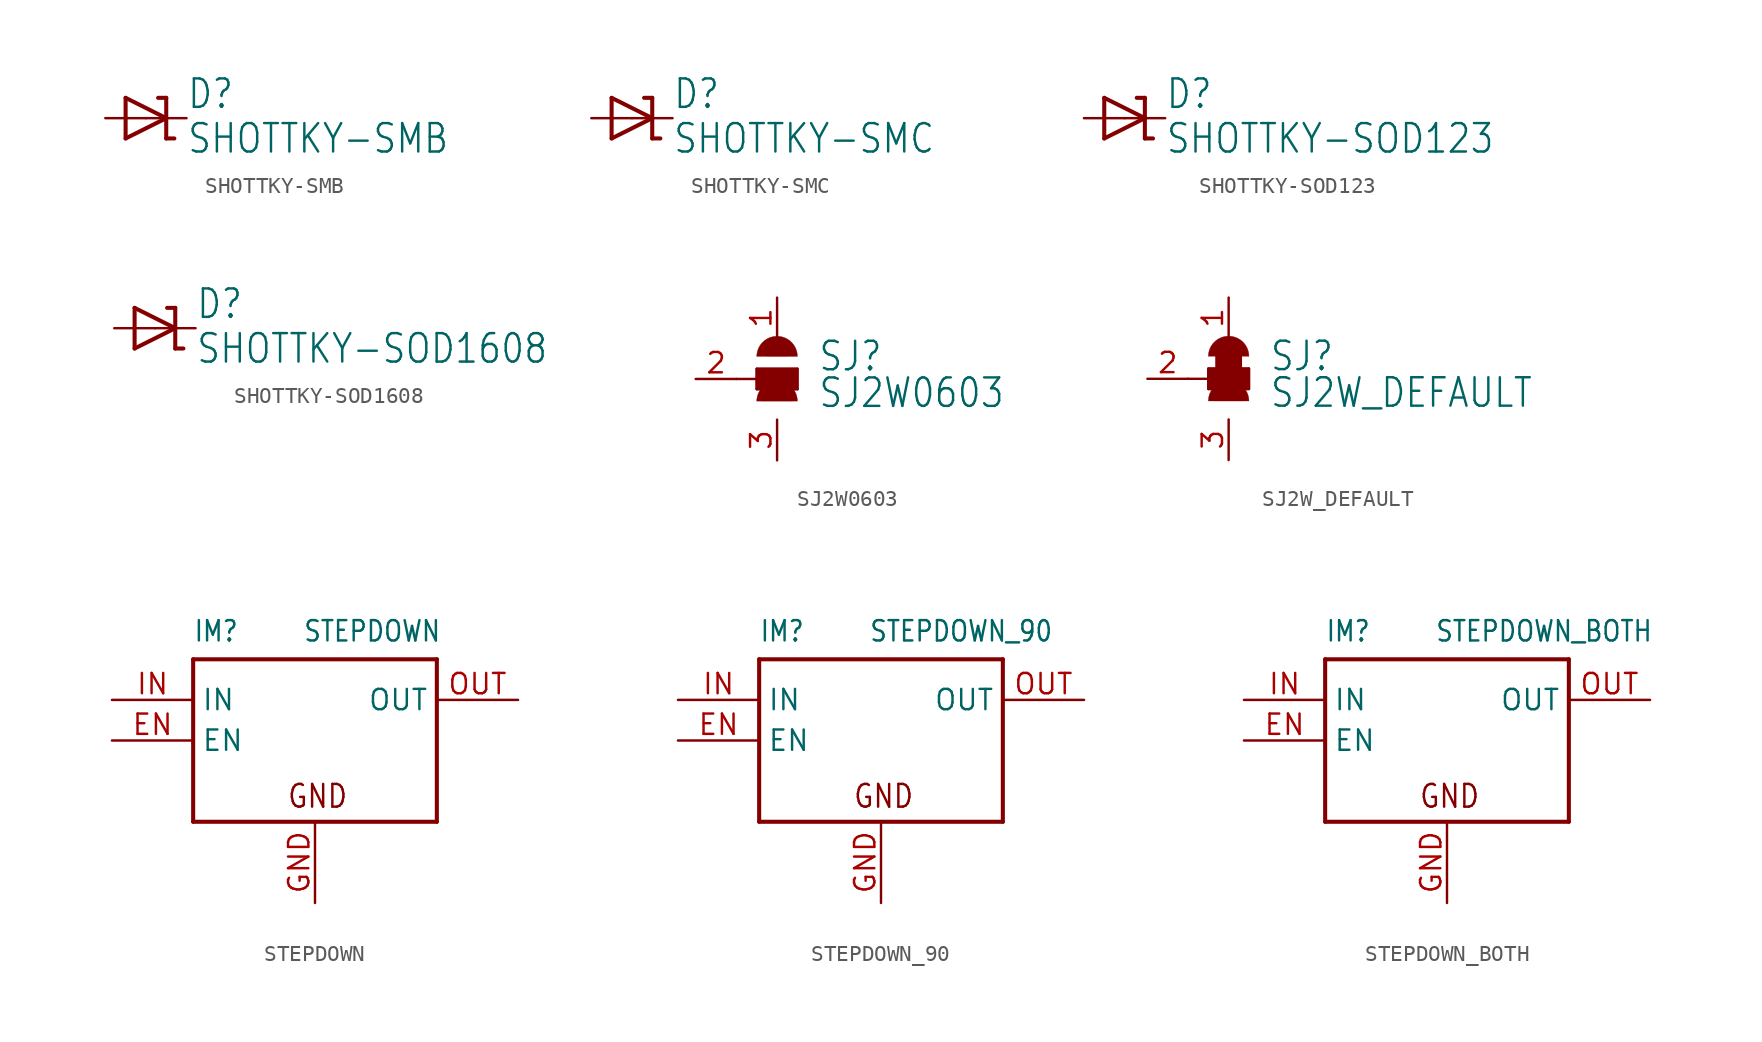
<source format=kicad_sym>
(kicad_symbol_lib
  (version 20211014)
  (generator kicad_symbol_editor)
  (symbol "SHOTTKY-SMB"
    (property "Reference" "D"
      (at 2.54 0.483 0)
      (effects (font (size 1.778 1.511)) (justify left bottom)))
    (property "Value" "SHOTTKY-SMB"
      (at 2.54 -2.311 0)
      (effects (font (size 1.778 1.511)) (justify left bottom)))
    (property "ki_locked" ""
      (at 0 0 0)
      (effects (font (size 1.27 1.27))))
    (symbol "SHOTTKY-SMB_1_0"
      (polyline (pts (xy -1.27 -1.27) (xy 1.27 0)) (stroke (width 0.254) (type default) (color 0 0 0 0)) (fill (type none)))
      (polyline (pts (xy -1.27 1.27) (xy -1.27 -1.27)) (stroke (width 0.254) (type default) (color 0 0 0 0)) (fill (type none)))
      (polyline (pts (xy 1.27 -1.27) (xy 1.778 -1.27)) (stroke (width 0.254) (type default) (color 0 0 0 0)) (fill (type none)))
      (polyline (pts (xy 1.27 0) (xy -1.27 1.27)) (stroke (width 0.254) (type default) (color 0 0 0 0)) (fill (type none)))
      (polyline (pts (xy 1.27 0) (xy 1.27 -1.27)) (stroke (width 0.254) (type default) (color 0 0 0 0)) (fill (type none)))
      (polyline (pts (xy 1.27 1.27) (xy 0.762 1.27)) (stroke (width 0.254) (type default) (color 0 0 0 0)) (fill (type none)))
      (polyline (pts (xy 1.27 1.27) (xy 1.27 0)) (stroke (width 0.254) (type default) (color 0 0 0 0)) (fill (type none)))
      (pin passive line (at -2.54 0 0) (length 2.54) (name "A" (effects (font (size 0 0)))) (number "A" (effects (font (size 0 0)))))
      (pin passive line (at 2.54 0 180) (length 2.54) (name "C" (effects (font (size 0 0)))) (number "C" (effects (font (size 0 0)))))))
  (symbol "SHOTTKY-SMC"
    (property "Reference" "D"
      (at 2.54 0.483 0)
      (effects (font (size 1.778 1.511)) (justify left bottom)))
    (property "Value" "SHOTTKY-SMC"
      (at 2.54 -2.311 0)
      (effects (font (size 1.778 1.511)) (justify left bottom)))
    (property "ki_locked" ""
      (at 0 0 0)
      (effects (font (size 1.27 1.27))))
    (symbol "SHOTTKY-SMC_1_0"
      (polyline (pts (xy -1.27 -1.27) (xy 1.27 0)) (stroke (width 0.254) (type default) (color 0 0 0 0)) (fill (type none)))
      (polyline (pts (xy -1.27 1.27) (xy -1.27 -1.27)) (stroke (width 0.254) (type default) (color 0 0 0 0)) (fill (type none)))
      (polyline (pts (xy 1.27 -1.27) (xy 1.778 -1.27)) (stroke (width 0.254) (type default) (color 0 0 0 0)) (fill (type none)))
      (polyline (pts (xy 1.27 0) (xy -1.27 1.27)) (stroke (width 0.254) (type default) (color 0 0 0 0)) (fill (type none)))
      (polyline (pts (xy 1.27 0) (xy 1.27 -1.27)) (stroke (width 0.254) (type default) (color 0 0 0 0)) (fill (type none)))
      (polyline (pts (xy 1.27 1.27) (xy 0.762 1.27)) (stroke (width 0.254) (type default) (color 0 0 0 0)) (fill (type none)))
      (polyline (pts (xy 1.27 1.27) (xy 1.27 0)) (stroke (width 0.254) (type default) (color 0 0 0 0)) (fill (type none)))
      (pin passive line (at -2.54 0 0) (length 2.54) (name "A" (effects (font (size 0 0)))) (number "A" (effects (font (size 0 0)))))
      (pin passive line (at 2.54 0 180) (length 2.54) (name "C" (effects (font (size 0 0)))) (number "C" (effects (font (size 0 0)))))))
  (symbol "SHOTTKY-SOD123"
    (property "Reference" "D"
      (at 2.54 0.483 0)
      (effects (font (size 1.778 1.511)) (justify left bottom)))
    (property "Value" "SHOTTKY-SOD123"
      (at 2.54 -2.311 0)
      (effects (font (size 1.778 1.511)) (justify left bottom)))
    (property "ki_locked" ""
      (at 0 0 0)
      (effects (font (size 1.27 1.27))))
    (symbol "SHOTTKY-SOD123_1_0"
      (polyline (pts (xy -1.27 -1.27) (xy 1.27 0)) (stroke (width 0.254) (type default) (color 0 0 0 0)) (fill (type none)))
      (polyline (pts (xy -1.27 1.27) (xy -1.27 -1.27)) (stroke (width 0.254) (type default) (color 0 0 0 0)) (fill (type none)))
      (polyline (pts (xy 1.27 -1.27) (xy 1.778 -1.27)) (stroke (width 0.254) (type default) (color 0 0 0 0)) (fill (type none)))
      (polyline (pts (xy 1.27 0) (xy -1.27 1.27)) (stroke (width 0.254) (type default) (color 0 0 0 0)) (fill (type none)))
      (polyline (pts (xy 1.27 0) (xy 1.27 -1.27)) (stroke (width 0.254) (type default) (color 0 0 0 0)) (fill (type none)))
      (polyline (pts (xy 1.27 1.27) (xy 0.762 1.27)) (stroke (width 0.254) (type default) (color 0 0 0 0)) (fill (type none)))
      (polyline (pts (xy 1.27 1.27) (xy 1.27 0)) (stroke (width 0.254) (type default) (color 0 0 0 0)) (fill (type none)))
      (pin passive line (at -2.54 0 0) (length 2.54) (name "A" (effects (font (size 0 0)))) (number "A" (effects (font (size 0 0)))))
      (pin passive line (at 2.54 0 180) (length 2.54) (name "C" (effects (font (size 0 0)))) (number "C" (effects (font (size 0 0)))))))
  (symbol "SHOTTKY-SOD1608"
    (property "Reference" "D"
      (at 2.54 0.483 0)
      (effects (font (size 1.778 1.511)) (justify left bottom)))
    (property "Value" "SHOTTKY-SOD1608"
      (at 2.54 -2.311 0)
      (effects (font (size 1.778 1.511)) (justify left bottom)))
    (property "ki_locked" ""
      (at 0 0 0)
      (effects (font (size 1.27 1.27))))
    (symbol "SHOTTKY-SOD1608_1_0"
      (polyline (pts (xy -1.27 -1.27) (xy 1.27 0)) (stroke (width 0.254) (type default) (color 0 0 0 0)) (fill (type none)))
      (polyline (pts (xy -1.27 1.27) (xy -1.27 -1.27)) (stroke (width 0.254) (type default) (color 0 0 0 0)) (fill (type none)))
      (polyline (pts (xy 1.27 -1.27) (xy 1.778 -1.27)) (stroke (width 0.254) (type default) (color 0 0 0 0)) (fill (type none)))
      (polyline (pts (xy 1.27 0) (xy -1.27 1.27)) (stroke (width 0.254) (type default) (color 0 0 0 0)) (fill (type none)))
      (polyline (pts (xy 1.27 0) (xy 1.27 -1.27)) (stroke (width 0.254) (type default) (color 0 0 0 0)) (fill (type none)))
      (polyline (pts (xy 1.27 1.27) (xy 0.762 1.27)) (stroke (width 0.254) (type default) (color 0 0 0 0)) (fill (type none)))
      (polyline (pts (xy 1.27 1.27) (xy 1.27 0)) (stroke (width 0.254) (type default) (color 0 0 0 0)) (fill (type none)))
      (pin passive line (at -2.54 0 0) (length 2.54) (name "A" (effects (font (size 0 0)))) (number "A" (effects (font (size 0 0)))))
      (pin passive line (at 2.54 0 180) (length 2.54) (name "C" (effects (font (size 0 0)))) (number "C" (effects (font (size 0 0)))))))
  (symbol "SJ2W0603"
    (property "Reference" "SJ"
      (at 2.54 0.381 0)
      (effects (font (size 1.778 1.511)) (justify left bottom)))
    (property "Value" "SJ2W0603"
      (at 2.54 -1.905 0)
      (effects (font (size 1.778 1.511)) (justify left bottom)))
    (property "ki_locked" ""
      (at 0 0 0)
      (effects (font (size 1.27 1.27))))
    (symbol "SJ2W0603_1_0"
      (rectangle (start -1.27 -0.635) (end 1.27 0.635) (stroke (width 0) (type default) (color 0 0 0 0)) (fill (type outline)))
      (polyline (pts (xy -2.54 0) (xy -1.27 0)) (stroke (width 0.152) (type default) (color 0 0 0 0)) (fill (type none)))
      (polyline (pts (xy -1.27 -0.635) (xy -1.27 0)) (stroke (width 0.152) (type default) (color 0 0 0 0)) (fill (type none)))
      (polyline (pts (xy -1.27 0) (xy -1.27 0.635)) (stroke (width 0.152) (type default) (color 0 0 0 0)) (fill (type none)))
      (polyline (pts (xy -1.27 0.635) (xy 1.27 0.635)) (stroke (width 0.152) (type default) (color 0 0 0 0)) (fill (type none)))
      (polyline (pts (xy 1.27 -0.635) (xy -1.27 -0.635)) (stroke (width 0.152) (type default) (color 0 0 0 0)) (fill (type none)))
      (polyline (pts (xy 1.27 0.635) (xy 1.27 -0.635)) (stroke (width 0.152) (type default) (color 0 0 0 0)) (fill (type none)))
      (arc (start 1.27 -1.397) (mid 0 -0.127) (end -1.27 -1.397) (stroke (width 0.0001) (type default) (color 0 0 0 0)) (fill (type outline)))
      (arc (start 1.27 1.397) (mid 0 2.667) (end -1.27 1.397) (stroke (width 0.0001) (type default) (color 0 0 0 0)) (fill (type outline)))
      (pin passive line (at 0 5.08 270) (length 2.54) (name "1" (effects (font (size 0 0)))) (number "1" (effects (font (size 1.27 1.27)))))
      (pin passive line (at -5.08 0 0) (length 2.54) (name "2" (effects (font (size 0 0)))) (number "2" (effects (font (size 1.27 1.27)))))
      (pin passive line (at 0 -5.08 90) (length 2.54) (name "3" (effects (font (size 0 0)))) (number "3" (effects (font (size 1.27 1.27)))))))
  (symbol "SJ2W_DEFAULT"
    (property "Reference" "SJ"
      (at 2.54 0.381 0)
      (effects (font (size 1.778 1.511)) (justify left bottom)))
    (property "Value" "SJ2W_DEFAULT"
      (at 2.54 -1.905 0)
      (effects (font (size 1.778 1.511)) (justify left bottom)))
    (property "ki_locked" ""
      (at 0 0 0)
      (effects (font (size 1.27 1.27))))
    (symbol "SJ2W_DEFAULT_1_0"
      (rectangle (start -1.27 -0.635) (end 1.27 0.635) (stroke (width 0) (type default) (color 0 0 0 0)) (fill (type outline)))
      (rectangle (start -0.762 0.254) (end 0.762 2.032) (stroke (width 0) (type default) (color 0 0 0 0)) (fill (type outline)))
      (polyline (pts (xy -2.54 0) (xy -1.27 0)) (stroke (width 0.152) (type default) (color 0 0 0 0)) (fill (type none)))
      (polyline (pts (xy -1.27 -0.635) (xy -1.27 0)) (stroke (width 0.152) (type default) (color 0 0 0 0)) (fill (type none)))
      (polyline (pts (xy -1.27 0) (xy -1.27 0.635)) (stroke (width 0.152) (type default) (color 0 0 0 0)) (fill (type none)))
      (polyline (pts (xy -1.27 0.635) (xy 1.27 0.635)) (stroke (width 0.152) (type default) (color 0 0 0 0)) (fill (type none)))
      (polyline (pts (xy 1.27 -0.635) (xy -1.27 -0.635)) (stroke (width 0.152) (type default) (color 0 0 0 0)) (fill (type none)))
      (polyline (pts (xy 1.27 0.635) (xy 1.27 -0.635)) (stroke (width 0.152) (type default) (color 0 0 0 0)) (fill (type none)))
      (arc (start 1.27 -1.397) (mid 0 -0.127) (end -1.27 -1.397) (stroke (width 0.0001) (type default) (color 0 0 0 0)) (fill (type outline)))
      (arc (start 1.27 1.397) (mid 0 2.667) (end -1.27 1.397) (stroke (width 0.0001) (type default) (color 0 0 0 0)) (fill (type outline)))
      (pin passive line (at 0 5.08 270) (length 2.54) (name "1" (effects (font (size 0 0)))) (number "1" (effects (font (size 1.27 1.27)))))
      (pin passive line (at -5.08 0 0) (length 2.54) (name "2" (effects (font (size 0 0)))) (number "2" (effects (font (size 1.27 1.27)))))
      (pin passive line (at 0 -5.08 90) (length 2.54) (name "3" (effects (font (size 0 0)))) (number "3" (effects (font (size 1.27 1.27)))))))
  (symbol "STEPDOWN"
    (property "Reference" "IM"
      (at 0 11.176 0)
      (effects (font (size 1.27 1.079)) (justify left bottom)))
    (property "Value" "STEPDOWN"
      (at 6.858 11.176 0)
      (effects (font (size 1.27 1.079)) (justify left bottom)))
    (property "ki_locked" ""
      (at 0 0 0)
      (effects (font (size 1.27 1.27))))
    (symbol "STEPDOWN_1_0"
      (polyline (pts (xy 0 0) (xy 15.24 0)) (stroke (width 0.254) (type default) (color 0 0 0 0)) (fill (type none)))
      (polyline (pts (xy 0 10.16) (xy 0 0)) (stroke (width 0.254) (type default) (color 0 0 0 0)) (fill (type none)))
      (polyline (pts (xy 15.24 0) (xy 15.24 10.16)) (stroke (width 0.254) (type default) (color 0 0 0 0)) (fill (type none)))
      (polyline (pts (xy 15.24 10.16) (xy 0 10.16)) (stroke (width 0.254) (type default) (color 0 0 0 0)) (fill (type none)))
      (text "GND" (at 5.842 0.762 0) (effects (font (size 1.422 1.209)) (justify left bottom)))
      (pin input line (at -5.08 5.08 0) (length 5.08) (name "EN" (effects (font (size 1.27 1.27)))) (number "EN" (effects (font (size 1.27 1.27)))))
      (pin power_in line (at 7.62 -5.08 90) (length 5.08) (name "GND" (effects (font (size 0 0)))) (number "GND" (effects (font (size 1.27 1.27)))))
      (pin power_in line (at -5.08 7.62 0) (length 5.08) (name "IN" (effects (font (size 1.27 1.27)))) (number "IN" (effects (font (size 1.27 1.27)))))
      (pin power_in line (at 20.32 7.62 180) (length 5.08) (name "OUT" (effects (font (size 1.27 1.27)))) (number "OUT" (effects (font (size 1.27 1.27)))))))
  (symbol "STEPDOWN_90"
    (property "Reference" "IM"
      (at 0 11.176 0)
      (effects (font (size 1.27 1.079)) (justify left bottom)))
    (property "Value" "STEPDOWN_90"
      (at 6.858 11.176 0)
      (effects (font (size 1.27 1.079)) (justify left bottom)))
    (property "ki_locked" ""
      (at 0 0 0)
      (effects (font (size 1.27 1.27))))
    (symbol "STEPDOWN_90_1_0"
      (polyline (pts (xy 0 0) (xy 15.24 0)) (stroke (width 0.254) (type default) (color 0 0 0 0)) (fill (type none)))
      (polyline (pts (xy 0 10.16) (xy 0 0)) (stroke (width 0.254) (type default) (color 0 0 0 0)) (fill (type none)))
      (polyline (pts (xy 15.24 0) (xy 15.24 10.16)) (stroke (width 0.254) (type default) (color 0 0 0 0)) (fill (type none)))
      (polyline (pts (xy 15.24 10.16) (xy 0 10.16)) (stroke (width 0.254) (type default) (color 0 0 0 0)) (fill (type none)))
      (text "GND" (at 5.842 0.762 0) (effects (font (size 1.422 1.209)) (justify left bottom)))
      (pin input line (at -5.08 5.08 0) (length 5.08) (name "EN" (effects (font (size 1.27 1.27)))) (number "EN" (effects (font (size 1.27 1.27)))))
      (pin power_in line (at 7.62 -5.08 90) (length 5.08) (name "GND" (effects (font (size 0 0)))) (number "GND" (effects (font (size 1.27 1.27)))))
      (pin power_in line (at -5.08 7.62 0) (length 5.08) (name "IN" (effects (font (size 1.27 1.27)))) (number "IN" (effects (font (size 1.27 1.27)))))
      (pin power_in line (at 20.32 7.62 180) (length 5.08) (name "OUT" (effects (font (size 1.27 1.27)))) (number "OUT" (effects (font (size 1.27 1.27)))))))
  (symbol "STEPDOWN_BOTH"
    (property "Reference" "IM"
      (at 0 11.176 0)
      (effects (font (size 1.27 1.079)) (justify left bottom)))
    (property "Value" "STEPDOWN_BOTH"
      (at 6.858 11.176 0)
      (effects (font (size 1.27 1.079)) (justify left bottom)))
    (property "ki_locked" ""
      (at 0 0 0)
      (effects (font (size 1.27 1.27))))
    (symbol "STEPDOWN_BOTH_1_0"
      (polyline (pts (xy 0 0) (xy 15.24 0)) (stroke (width 0.254) (type default) (color 0 0 0 0)) (fill (type none)))
      (polyline (pts (xy 0 10.16) (xy 0 0)) (stroke (width 0.254) (type default) (color 0 0 0 0)) (fill (type none)))
      (polyline (pts (xy 15.24 0) (xy 15.24 10.16)) (stroke (width 0.254) (type default) (color 0 0 0 0)) (fill (type none)))
      (polyline (pts (xy 15.24 10.16) (xy 0 10.16)) (stroke (width 0.254) (type default) (color 0 0 0 0)) (fill (type none)))
      (text "GND" (at 5.842 0.762 0) (effects (font (size 1.422 1.209)) (justify left bottom)))
      (pin input line (at -5.08 5.08 0) (length 5.08) (name "EN" (effects (font (size 1.27 1.27)))) (number "EN" (effects (font (size 1.27 1.27)))))
      (pin power_in line (at 7.62 -5.08 90) (length 5.08) (name "GND" (effects (font (size 0 0)))) (number "GND" (effects (font (size 1.27 1.27)))))
      (pin power_in line (at -5.08 7.62 0) (length 5.08) (name "IN" (effects (font (size 1.27 1.27)))) (number "IN" (effects (font (size 1.27 1.27)))))
      (pin power_in line (at 20.32 7.62 180) (length 5.08) (name "OUT" (effects (font (size 1.27 1.27)))) (number "OUT" (effects (font (size 1.27 1.27))))))))
</source>
